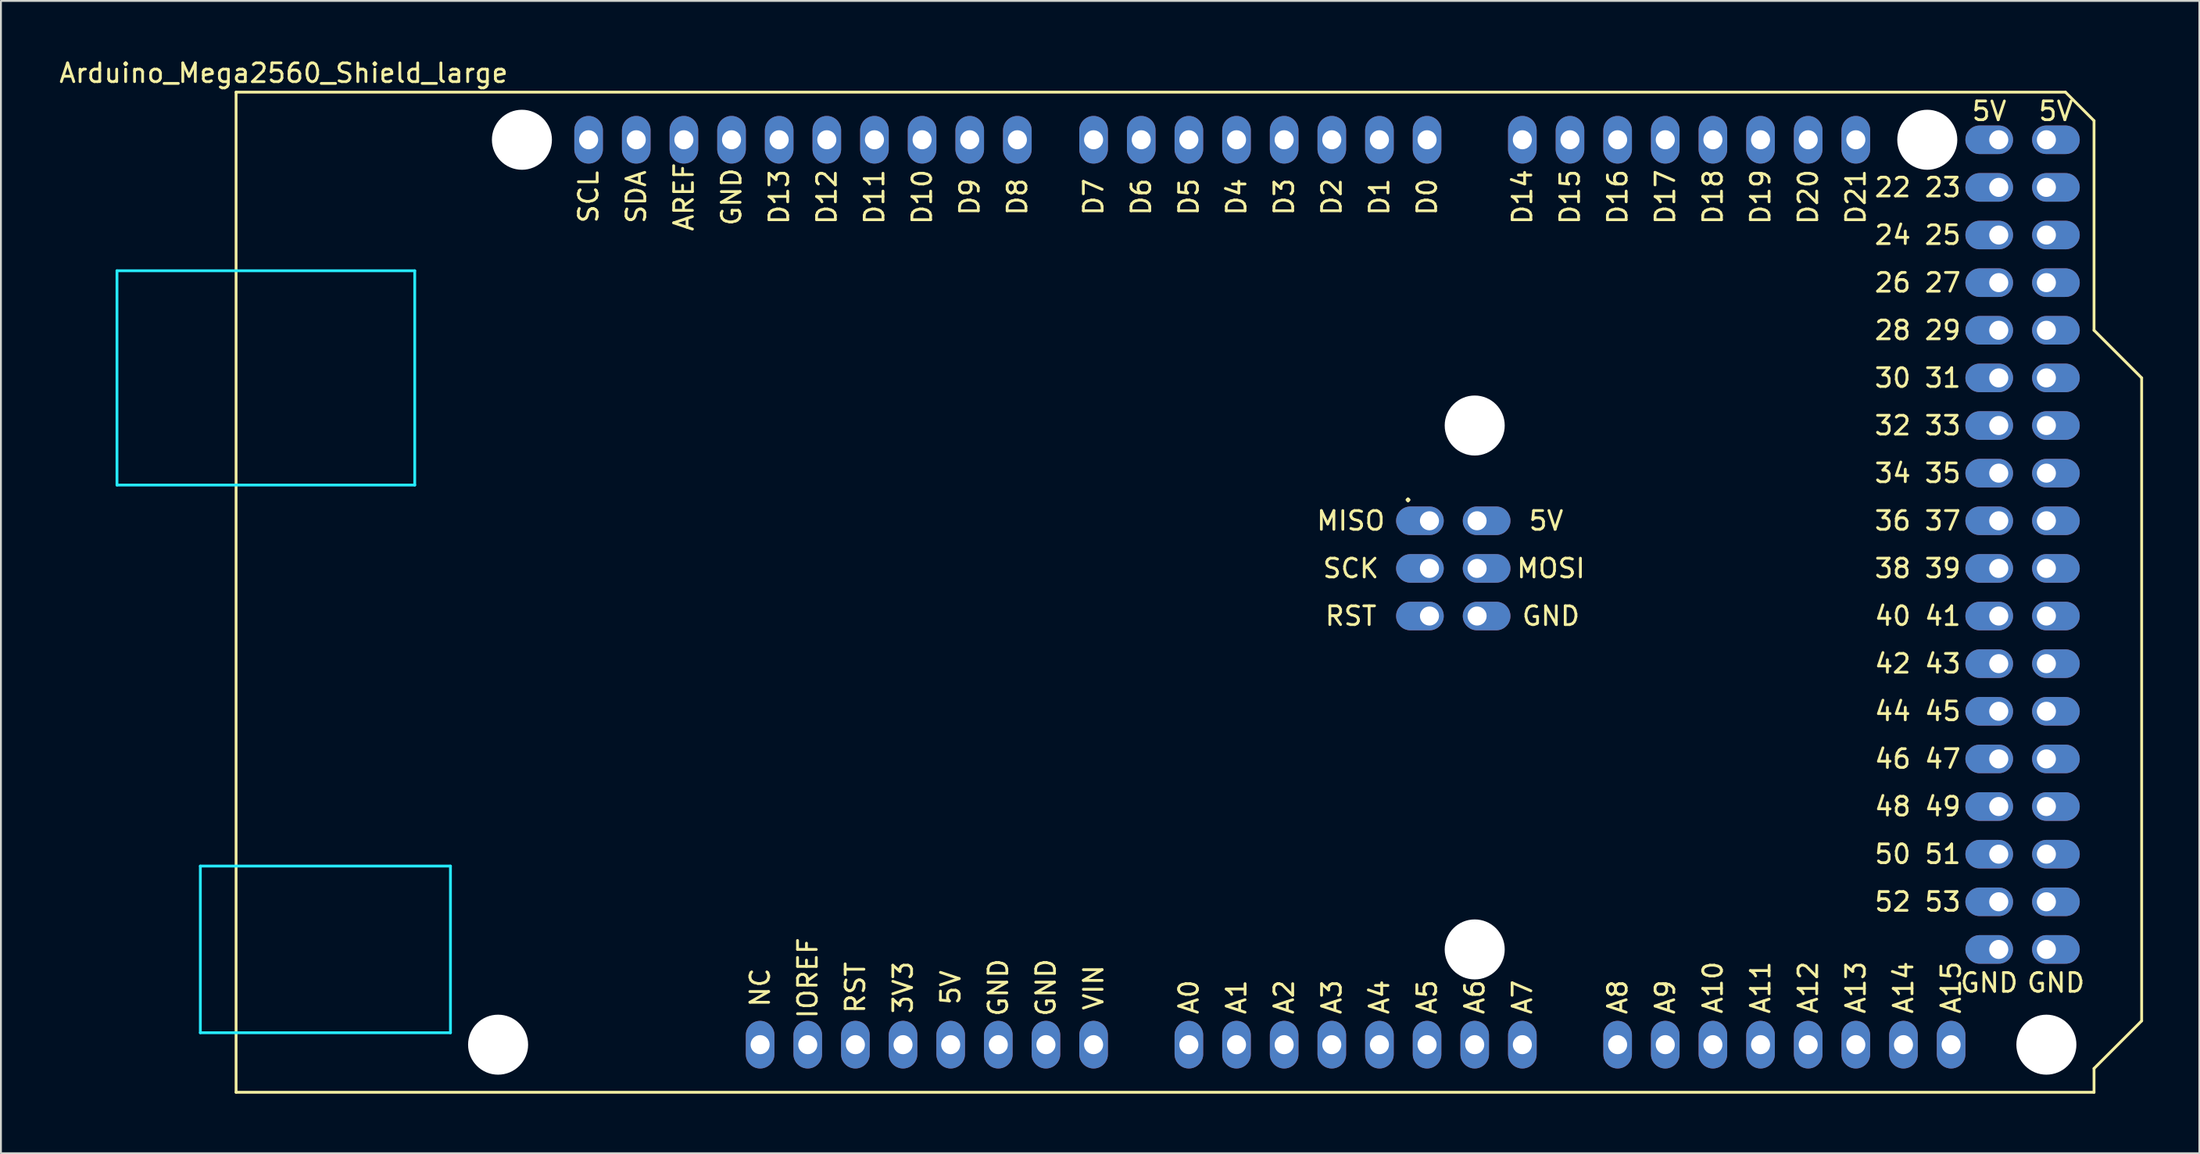
<source format=kicad_pcb>
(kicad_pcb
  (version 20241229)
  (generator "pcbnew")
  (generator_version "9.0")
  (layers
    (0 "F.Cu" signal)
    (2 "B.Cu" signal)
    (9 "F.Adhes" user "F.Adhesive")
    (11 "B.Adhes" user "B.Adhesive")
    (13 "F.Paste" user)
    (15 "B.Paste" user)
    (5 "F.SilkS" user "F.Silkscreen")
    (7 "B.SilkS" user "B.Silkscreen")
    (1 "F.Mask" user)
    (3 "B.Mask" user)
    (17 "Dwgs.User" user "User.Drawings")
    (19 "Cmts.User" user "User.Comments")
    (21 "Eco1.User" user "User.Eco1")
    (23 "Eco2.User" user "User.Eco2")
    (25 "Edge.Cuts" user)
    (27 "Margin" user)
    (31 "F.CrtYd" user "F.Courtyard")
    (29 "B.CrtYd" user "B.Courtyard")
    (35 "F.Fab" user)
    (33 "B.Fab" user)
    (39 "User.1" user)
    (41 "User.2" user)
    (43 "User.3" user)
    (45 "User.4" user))
  (footprint "Arduino_Mega2560_Shield_large"
    (layer "F.Cu")
    (at 9.537 55.204)
    (property "Reference" "Arduino_Mega2560_Shield_large" (at 2.54 -54.356 0) (layer "F.SilkS") (effects (font (size 1 1) (thickness 0.15))))
    (attr through_hole)
    (fp_line (start 0 -53.34) (end 0 0) (stroke (width 0.15) (type solid)) (layer "F.SilkS"))
    (fp_line (start 0 -53.34) (end 97.536 -53.34) (stroke (width 0.15) (type solid)) (layer "F.SilkS"))
    (fp_line (start 0 0) (end 99.06 0) (stroke (width 0.15) (type solid)) (layer "F.SilkS"))
    (fp_line (start 97.536 -53.34) (end 99.06 -51.816) (stroke (width 0.15) (type solid)) (layer "F.SilkS"))
    (fp_line (start 99.06 -40.64) (end 99.06 -51.816) (stroke (width 0.15) (type solid)) (layer "F.SilkS"))
    (fp_line (start 99.06 -1.27) (end 101.6 -3.81) (stroke (width 0.15) (type solid)) (layer "F.SilkS"))
    (fp_line (start 99.06 0) (end 99.06 -1.27) (stroke (width 0.15) (type solid)) (layer "F.SilkS"))
    (fp_line (start 101.6 -38.1) (end 99.06 -40.64) (stroke (width 0.15) (type solid)) (layer "F.SilkS"))
    (fp_line (start 101.6 -3.81) (end 101.6 -38.1) (stroke (width 0.15) (type solid)) (layer "F.SilkS"))
    (fp_line (start -6.35 -43.815) (end -6.35 -32.385) (stroke (width 0.15) (type solid)) (layer "B.CrtYd"))
    (fp_line (start -1.905 -12.065) (end -1.905 -3.175) (stroke (width 0.15) (type solid)) (layer "B.CrtYd"))
    (fp_line (start -1.905 -12.065) (end 11.43 -12.065) (stroke (width 0.15) (type solid)) (layer "B.CrtYd"))
    (fp_line (start -1.905 -3.175) (end 11.43 -3.175) (stroke (width 0.15) (type solid)) (layer "B.CrtYd"))
    (fp_line (start 9.525 -43.815) (end -6.35 -43.815) (stroke (width 0.15) (type solid)) (layer "B.CrtYd"))
    (fp_line (start 9.525 -43.815) (end 9.525 -32.385) (stroke (width 0.15) (type solid)) (layer "B.CrtYd"))
    (fp_line (start 9.525 -32.385) (end -6.35 -32.385) (stroke (width 0.15) (type solid)) (layer "B.CrtYd"))
    (fp_line (start 11.43 -12.065) (end 11.43 -3.175) (stroke (width 0.15) (type solid)) (layer "B.CrtYd"))
    (fp_text user "D6" (at 48.26 -47.752 90) (layer "F.SilkS") (effects (font (size 1 1) (thickness 0.15))))
    (fp_text user "A14" (at 88.9 -5.588 90) (layer "F.SilkS") (effects (font (size 1 1) (thickness 0.15))))
    (fp_text user "D8" (at 41.656 -47.752 90) (layer "F.SilkS") (effects (font (size 1 1) (thickness 0.15))))
    (fp_text user "D12" (at 31.496 -47.752 90) (layer "F.SilkS") (effects (font (size 1 1) (thickness 0.15))))
    (fp_text user "D16" (at 73.66 -47.752 90) (layer "F.SilkS") (effects (font (size 1 1) (thickness 0.15))))
    (fp_text user "SDA" (at 21.336 -47.752 90) (layer "F.SilkS") (effects (font (size 1 1) (thickness 0.15))))
    (fp_text user "A8" (at 73.66 -5.08 90) (layer "F.SilkS") (effects (font (size 1 1) (thickness 0.15))))
    (fp_text user "SCL" (at 18.796 -47.752 90) (layer "F.SilkS") (effects (font (size 1 1) (thickness 0.15))))
    (fp_text user "D0" (at 63.5 -47.752 90) (layer "F.SilkS") (effects (font (size 1 1) (thickness 0.15))))
    (fp_text user "GND" (at 93.472 -5.842 0) (layer "F.SilkS") (effects (font (size 1 1) (thickness 0.15))))
    (fp_text user "46 47" (at 89.662 -17.78 0) (layer "F.SilkS") (effects (font (size 1 1) (thickness 0.15))))
    (fp_text user "D7" (at 45.72 -47.752 90) (layer "F.SilkS") (effects (font (size 1 1) (thickness 0.15))))
    (fp_text user "32 33" (at 89.662 -35.56 0) (layer "F.SilkS") (effects (font (size 1 1) (thickness 0.15))))
    (fp_text user "D3" (at 55.88 -47.752 90) (layer "F.SilkS") (effects (font (size 1 1) (thickness 0.15))))
    (fp_text user "52 53" (at 89.662 -10.16 0) (layer "F.SilkS") (effects (font (size 1 1) (thickness 0.15))))
    (fp_text user "D1" (at 60.96 -47.752 90) (layer "F.SilkS") (effects (font (size 1 1) (thickness 0.15))))
    (fp_text user "SCK" (at 59.436 -27.94 0) (layer "F.SilkS") (effects (font (size 1 1) (thickness 0.15))))
    (fp_text user "3V3" (at 35.56 -5.588 90) (layer "F.SilkS") (effects (font (size 1 1) (thickness 0.15))))
    (fp_text user "RST" (at 59.436 -25.4 0) (layer "F.SilkS") (effects (font (size 1 1) (thickness 0.15))))
    (fp_text user "5V" (at 69.85 -30.48 0) (layer "F.SilkS") (effects (font (size 1 1) (thickness 0.15))))
    (fp_text user "A2" (at 55.88 -5.08 90) (layer "F.SilkS") (effects (font (size 1 1) (thickness 0.15))))
    (fp_text user "48 49" (at 89.662 -15.24 0) (layer "F.SilkS") (effects (font (size 1 1) (thickness 0.15))))
    (fp_text user "A12" (at 83.82 -5.588 90) (layer "F.SilkS") (effects (font (size 1 1) (thickness 0.15))))
    (fp_text user "MOSI" (at 70.104 -27.94 0) (layer "F.SilkS") (effects (font (size 1 1) (thickness 0.15))))
    (fp_text user "D11" (at 34.036 -47.752 90) (layer "F.SilkS") (effects (font (size 1 1) (thickness 0.15))))
    (fp_text user "D10" (at 36.576 -47.752 90) (layer "F.SilkS") (effects (font (size 1 1) (thickness 0.15))))
    (fp_text user "5V" (at 93.472 -52.324 0) (layer "F.SilkS") (effects (font (size 1 1) (thickness 0.15))))
    (fp_text user "A0" (at 50.8 -5.08 90) (layer "F.SilkS") (effects (font (size 1 1) (thickness 0.15))))
    (fp_text user "A10" (at 78.74 -5.588 90) (layer "F.SilkS") (effects (font (size 1 1) (thickness 0.15))))
    (fp_text user "NC" (at 27.94 -5.588 90) (layer "F.SilkS") (effects (font (size 1 1) (thickness 0.15))))
    (fp_text user "40 41" (at 89.662 -25.4 0) (layer "F.SilkS") (effects (font (size 1 1) (thickness 0.15))))
    (fp_text user "D19" (at 81.28 -47.752 90) (layer "F.SilkS") (effects (font (size 1 1) (thickness 0.15))))
    (fp_text user "A1" (at 53.34 -5.08 90) (layer "F.SilkS") (effects (font (size 1 1) (thickness 0.15))))
    (fp_text user "D14" (at 68.58 -47.752 90) (layer "F.SilkS") (effects (font (size 1 1) (thickness 0.15))))
    (fp_text user "22 23" (at 89.662 -48.26 0) (layer "F.SilkS") (effects (font (size 1 1) (thickness 0.15))))
    (fp_text user "30 31" (at 89.662 -38.1 0) (layer "F.SilkS") (effects (font (size 1 1) (thickness 0.15))))
    (fp_text user "A11" (at 81.28 -5.588 90) (layer "F.SilkS") (effects (font (size 1 1) (thickness 0.15))))
    (fp_text user "A5" (at 63.5 -5.08 90) (layer "F.SilkS") (effects (font (size 1 1) (thickness 0.15))))
    (fp_text user "D5" (at 50.8 -47.752 90) (layer "F.SilkS") (effects (font (size 1 1) (thickness 0.15))))
    (fp_text user "42 43" (at 89.662 -22.86 0) (layer "F.SilkS") (effects (font (size 1 1) (thickness 0.15))))
    (fp_text user "GND" (at 43.18 -5.588 90) (layer "F.SilkS") (effects (font (size 1 1) (thickness 0.15))))
    (fp_text user "D9" (at 39.116 -47.752 90) (layer "F.SilkS") (effects (font (size 1 1) (thickness 0.15))))
    (fp_text user "34 35" (at 89.662 -33.02 0) (layer "F.SilkS") (effects (font (size 1 1) (thickness 0.15))))
    (fp_text user "D2" (at 58.42 -47.752 90) (layer "F.SilkS") (effects (font (size 1 1) (thickness 0.15))))
    (fp_text user "A4" (at 60.96 -5.08 90) (layer "F.SilkS") (effects (font (size 1 1) (thickness 0.15))))
    (fp_text user "D21" (at 86.36 -47.752 90) (layer "F.SilkS") (effects (font (size 1 1) (thickness 0.15))))
    (fp_text user "D15" (at 71.12 -47.752 90) (layer "F.SilkS") (effects (font (size 1 1) (thickness 0.15))))
    (fp_text user "26 27" (at 89.662 -43.18 0) (layer "F.SilkS") (effects (font (size 1 1) (thickness 0.15))))
    (fp_text user "A15" (at 91.44 -5.588 90) (layer "F.SilkS") (effects (font (size 1 1) (thickness 0.15))))
    (fp_text user "D13" (at 28.956 -47.752 90) (layer "F.SilkS") (effects (font (size 1 1) (thickness 0.15))))
    (fp_text user "A13" (at 86.36 -5.588 90) (layer "F.SilkS") (effects (font (size 1 1) (thickness 0.15))))
    (fp_text user "50 51" (at 89.662 -12.7 0) (layer "F.SilkS") (effects (font (size 1 1) (thickness 0.15))))
    (fp_text user "24 25" (at 89.662 -45.72 0) (layer "F.SilkS") (effects (font (size 1 1) (thickness 0.15))))
    (fp_text user "D17" (at 76.2 -47.752 90) (layer "F.SilkS") (effects (font (size 1 1) (thickness 0.15))))
    (fp_text user "GND" (at 97.028 -5.842 0) (layer "F.SilkS") (effects (font (size 1 1) (thickness 0.15))))
    (fp_text user "38 39" (at 89.662 -27.94 0) (layer "F.SilkS") (effects (font (size 1 1) (thickness 0.15))))
    (fp_text user "28 29" (at 89.662 -40.64 0) (layer "F.SilkS") (effects (font (size 1 1) (thickness 0.15))))
    (fp_text user "A7" (at 68.58 -5.08 90) (layer "F.SilkS") (effects (font (size 1 1) (thickness 0.15))))
    (fp_text user "AREF" (at 23.876 -47.752 90) (layer "F.SilkS") (effects (font (size 1 1) (thickness 0.15))))
    (fp_text user "D4" (at 53.34 -47.752 90) (layer "F.SilkS") (effects (font (size 1 1) (thickness 0.15))))
    (fp_text user "36 37" (at 89.662 -30.48 0) (layer "F.SilkS") (effects (font (size 1 1) (thickness 0.15))))
    (fp_text user "GND" (at 70.104 -25.4 0) (layer "F.SilkS") (effects (font (size 1 1) (thickness 0.15))))
    (fp_text user "D20" (at 83.82 -47.752 90) (layer "F.SilkS") (effects (font (size 1 1) (thickness 0.15))))
    (fp_text user "GND" (at 40.64 -5.588 90) (layer "F.SilkS") (effects (font (size 1 1) (thickness 0.15))))
    (fp_text user "MISO" (at 59.436 -30.48 0) (layer "F.SilkS") (effects (font (size 1 1) (thickness 0.15))))
    (fp_text user "." (at 62.484 -32.004 0) (layer "F.SilkS") (effects (font (size 1 1) (thickness 0.15))))
    (fp_text user "A9" (at 76.2 -5.08 90) (layer "F.SilkS") (effects (font (size 1 1) (thickness 0.15))))
    (fp_text user "D18" (at 78.74 -47.752 90) (layer "F.SilkS") (effects (font (size 1 1) (thickness 0.15))))
    (fp_text user "IOREF" (at 30.48 -6.096 90) (layer "F.SilkS") (effects (font (size 1 1) (thickness 0.15))))
    (fp_text user "VIN" (at 45.72 -5.588 90) (layer "F.SilkS") (effects (font (size 1 1) (thickness 0.15))))
    (fp_text user "RST" (at 33.02 -5.588 90) (layer "F.SilkS") (effects (font (size 1 1) (thickness 0.15))))
    (fp_text user "5V" (at 97.028 -52.324 0) (layer "F.SilkS") (effects (font (size 1 1) (thickness 0.15))))
    (fp_text user "GND" (at 26.416 -47.752 90) (layer "F.SilkS") (effects (font (size 1 1) (thickness 0.15))))
    (fp_text user "A3" (at 58.42 -5.08 90) (layer "F.SilkS") (effects (font (size 1 1) (thickness 0.15))))
    (fp_text user "44 45" (at 89.662 -20.32 0) (layer "F.SilkS") (effects (font (size 1 1) (thickness 0.15))))
    (fp_text user "5V" (at 38.1 -5.588 90) (layer "F.SilkS") (effects (font (size 1 1) (thickness 0.15))))
    (fp_text user "A6" (at 66.04 -5.08 90) (layer "F.SilkS") (effects (font (size 1 1) (thickness 0.15))))
    (pad "" np_thru_hole circle (at 13.97 -2.54) (size 3.2 3.2) (drill 3.2) (layers "*.Cu" "*.Mask"))
    (pad "" np_thru_hole circle (at 15.24 -50.8) (size 3.2 3.2) (drill 3.2) (layers "*.Cu" "*.Mask"))
    (pad "" np_thru_hole circle (at 66.04 -35.56) (size 3.2 3.2) (drill 3.2) (layers "*.Cu" "*.Mask"))
    (pad "" np_thru_hole circle (at 66.04 -7.62) (size 3.2 3.2) (drill 3.2) (layers "*.Cu" "*.Mask"))
    (pad "" np_thru_hole circle (at 90.17 -50.8) (size 3.2 3.2) (drill 3.2) (layers "*.Cu" "*.Mask"))
    (pad "" np_thru_hole circle (at 96.52 -2.54) (size 3.2 3.2) (drill 3.2) (layers "*.Cu" "*.Mask"))
    (pad "1" thru_hole oval (at 53.34 -50.8) (size 1.524 2.54) (drill 1.016) (layers "*.Cu" "*.Mask"))
    (pad "2" thru_hole oval (at 63.5 -50.8) (size 1.524 2.54) (drill 1.016) (layers "*.Cu" "*.Mask"))
    (pad "3" thru_hole oval (at 60.96 -50.8) (size 1.524 2.54) (drill 1.016) (layers "*.Cu" "*.Mask"))
    (pad "3V3" thru_hole oval (at 35.56 -2.54) (size 1.524 2.54) (drill 1.016) (layers "*.Cu" "*.Mask"))
    (pad "5" thru_hole oval (at 50.8 -50.8) (size 1.524 2.54) (drill 1.016) (layers "*.Cu" "*.Mask"))
    (pad "5V2" thru_hole oval (at 66.167 -30.48) (size 2.54 1.524) (drill 1.016 (offset 0.508 0)) (layers "*.Cu" "*.Mask"))
    (pad "6" thru_hole oval (at 58.42 -50.8) (size 1.524 2.54) (drill 1.016) (layers "*.Cu" "*.Mask"))
    (pad "7" thru_hole oval (at 55.88 -50.8) (size 1.524 2.54) (drill 1.016) (layers "*.Cu" "*.Mask"))
    (pad "10" thru_hole oval (at 38.1 -2.54) (size 1.524 2.54) (drill 1.016) (layers "*.Cu" "*.Mask"))
    (pad "11" thru_hole oval (at 26.416 -50.8) (size 1.524 2.54) (drill 1.016) (layers "*.Cu" "*.Mask"))
    (pad "12" thru_hole oval (at 76.2 -50.8) (size 1.524 2.54) (drill 1.016) (layers "*.Cu" "*.Mask"))
    (pad "13" thru_hole oval (at 73.66 -50.8) (size 1.524 2.54) (drill 1.016) (layers "*.Cu" "*.Mask"))
    (pad "15" thru_hole oval (at 48.26 -50.8) (size 1.524 2.54) (drill 1.016) (layers "*.Cu" "*.Mask"))
    (pad "16" thru_hole oval (at 45.72 -50.8) (size 1.524 2.54) (drill 1.016) (layers "*.Cu" "*.Mask"))
    (pad "17" thru_hole oval (at 41.656 -50.8) (size 1.524 2.54) (drill 1.016) (layers "*.Cu" "*.Mask"))
    (pad "18" thru_hole oval (at 39.116 -50.8) (size 1.524 2.54) (drill 1.016) (layers "*.Cu" "*.Mask"))
    (pad "19" thru_hole oval (at 96.52 -10.16) (size 2.54 1.524) (drill 1.016 (offset 0.508 0)) (layers "*.Cu" "*.Mask"))
    (pad "20" thru_hole oval (at 93.98 -10.16) (size 2.54 1.524) (drill 1.016 (offset -0.508 0)) (layers "*.Cu" "*.Mask"))
    (pad "21" thru_hole oval (at 96.52 -12.7) (size 2.54 1.524) (drill 1.016 (offset 0.508 0)) (layers "*.Cu" "*.Mask"))
    (pad "22" thru_hole oval (at 93.98 -12.7) (size 2.54 1.524) (drill 1.016 (offset -0.508 0)) (layers "*.Cu" "*.Mask"))
    (pad "23" thru_hole oval (at 36.576 -50.8) (size 1.524 2.54) (drill 1.016) (layers "*.Cu" "*.Mask"))
    (pad "24" thru_hole oval (at 34.036 -50.8) (size 1.524 2.54) (drill 1.016) (layers "*.Cu" "*.Mask"))
    (pad "25" thru_hole oval (at 31.496 -50.8) (size 1.524 2.54) (drill 1.016) (layers "*.Cu" "*.Mask"))
    (pad "26" thru_hole oval (at 28.956 -50.8) (size 1.524 2.54) (drill 1.016) (layers "*.Cu" "*.Mask"))
    (pad "30" thru_hole oval (at 33.02 -2.54) (size 1.524 2.54) (drill 1.016) (layers "*.Cu" "*.Mask"))
    (pad "31" thru_hole oval (at 93.98 -50.8) (size 2.54 1.524) (drill 1.016 (offset -0.508 0)) (layers "*.Cu" "*.Mask"))
    (pad "32" thru_hole oval (at 40.64 -2.54) (size 1.524 2.54) (drill 1.016) (layers "*.Cu" "*.Mask"))
    (pad "35" thru_hole oval (at 96.52 -15.24) (size 2.54 1.524) (drill 1.016 (offset 0.508 0)) (layers "*.Cu" "*.Mask"))
    (pad "36" thru_hole oval (at 93.98 -15.24) (size 2.54 1.524) (drill 1.016 (offset -0.508 0)) (layers "*.Cu" "*.Mask"))
    (pad "37" thru_hole oval (at 96.52 -17.78) (size 2.54 1.524) (drill 1.016 (offset 0.508 0)) (layers "*.Cu" "*.Mask"))
    (pad "38" thru_hole oval (at 93.98 -17.78) (size 2.54 1.524) (drill 1.016 (offset -0.508 0)) (layers "*.Cu" "*.Mask"))
    (pad "39" thru_hole oval (at 96.52 -20.32) (size 2.54 1.524) (drill 1.016 (offset 0.508 0)) (layers "*.Cu" "*.Mask"))
    (pad "40" thru_hole oval (at 93.98 -20.32) (size 2.54 1.524) (drill 1.016 (offset -0.508 0)) (layers "*.Cu" "*.Mask"))
    (pad "41" thru_hole oval (at 96.52 -22.86) (size 2.54 1.524) (drill 1.016 (offset 0.508 0)) (layers "*.Cu" "*.Mask"))
    (pad "42" thru_hole oval (at 93.98 -22.86) (size 2.54 1.524) (drill 1.016 (offset -0.508 0)) (layers "*.Cu" "*.Mask"))
    (pad "43" thru_hole oval (at 86.36 -50.8) (size 1.524 2.54) (drill 1.016) (layers "*.Cu" "*.Mask"))
    (pad "44" thru_hole oval (at 83.82 -50.8) (size 1.524 2.54) (drill 1.016) (layers "*.Cu" "*.Mask"))
    (pad "45" thru_hole oval (at 81.28 -50.8) (size 1.524 2.54) (drill 1.016) (layers "*.Cu" "*.Mask"))
    (pad "46" thru_hole oval (at 78.74 -50.8) (size 1.524 2.54) (drill 1.016) (layers "*.Cu" "*.Mask"))
    (pad "50" thru_hole oval (at 93.98 -27.94) (size 2.54 1.524) (drill 1.016 (offset -0.508 0)) (layers "*.Cu" "*.Mask"))
    (pad "51" thru_hole oval (at 96.52 -25.4) (size 2.54 1.524) (drill 1.016 (offset 0.508 0)) (layers "*.Cu" "*.Mask"))
    (pad "52" thru_hole oval (at 93.98 -25.4) (size 2.54 1.524) (drill 1.016 (offset -0.508 0)) (layers "*.Cu" "*.Mask"))
    (pad "53" thru_hole oval (at 96.52 -30.48) (size 2.54 1.524) (drill 1.016 (offset 0.508 0)) (layers "*.Cu" "*.Mask"))
    (pad "54" thru_hole oval (at 93.98 -30.48) (size 2.54 1.524) (drill 1.016 (offset -0.508 0)) (layers "*.Cu" "*.Mask"))
    (pad "55" thru_hole oval (at 96.52 -33.02) (size 2.54 1.524) (drill 1.016 (offset 0.508 0)) (layers "*.Cu" "*.Mask"))
    (pad "56" thru_hole oval (at 93.98 -33.02) (size 2.54 1.524) (drill 1.016 (offset -0.508 0)) (layers "*.Cu" "*.Mask"))
    (pad "57" thru_hole oval (at 96.52 -35.56) (size 2.54 1.524) (drill 1.016 (offset 0.508 0)) (layers "*.Cu" "*.Mask"))
    (pad "58" thru_hole oval (at 93.98 -35.56) (size 2.54 1.524) (drill 1.016 (offset -0.508 0)) (layers "*.Cu" "*.Mask"))
    (pad "59" thru_hole oval (at 96.52 -38.1) (size 2.54 1.524) (drill 1.016 (offset 0.508 0)) (layers "*.Cu" "*.Mask"))
    (pad "60" thru_hole oval (at 93.98 -38.1) (size 2.54 1.524) (drill 1.016 (offset -0.508 0)) (layers "*.Cu" "*.Mask"))
    (pad "61" thru_hole oval (at 96.52 -50.8) (size 2.54 1.524) (drill 1.016 (offset 0.508 0)) (layers "*.Cu" "*.Mask"))
    (pad "62" thru_hole oval (at 43.18 -2.54) (size 1.524 2.54) (drill 1.016) (layers "*.Cu" "*.Mask"))
    (pad "63" thru_hole oval (at 71.12 -50.8) (size 1.524 2.54) (drill 1.016) (layers "*.Cu" "*.Mask"))
    (pad "64" thru_hole oval (at 68.58 -50.8) (size 1.524 2.54) (drill 1.016) (layers "*.Cu" "*.Mask"))
    (pad "70" thru_hole oval (at 96.52 -27.94) (size 2.54 1.524) (drill 1.016 (offset 0.508 0)) (layers "*.Cu" "*.Mask"))
    (pad "71" thru_hole oval (at 96.52 -40.64) (size 2.54 1.524) (drill 1.016 (offset 0.508 0)) (layers "*.Cu" "*.Mask"))
    (pad "72" thru_hole oval (at 93.98 -40.64) (size 2.54 1.524) (drill 1.016 (offset -0.508 0)) (layers "*.Cu" "*.Mask"))
    (pad "73" thru_hole oval (at 96.52 -43.18) (size 2.54 1.524) (drill 1.016 (offset 0.508 0)) (layers "*.Cu" "*.Mask"))
    (pad "74" thru_hole oval (at 93.98 -43.18) (size 2.54 1.524) (drill 1.016 (offset -0.508 0)) (layers "*.Cu" "*.Mask"))
    (pad "75" thru_hole oval (at 96.52 -45.72) (size 2.54 1.524) (drill 1.016 (offset 0.508 0)) (layers "*.Cu" "*.Mask"))
    (pad "76" thru_hole oval (at 93.98 -45.72) (size 2.54 1.524) (drill 1.016 (offset -0.508 0)) (layers "*.Cu" "*.Mask"))
    (pad "77" thru_hole oval (at 96.52 -48.26) (size 2.54 1.524) (drill 1.016 (offset 0.508 0)) (layers "*.Cu" "*.Mask"))
    (pad "78" thru_hole oval (at 93.98 -48.26) (size 2.54 1.524) (drill 1.016 (offset -0.508 0)) (layers "*.Cu" "*.Mask"))
    (pad "81" thru_hole oval (at 93.98 -7.62) (size 2.54 1.524) (drill 1.016 (offset -0.508 0)) (layers "*.Cu" "*.Mask"))
    (pad "82" thru_hole oval (at 91.44 -2.54) (size 1.524 2.54) (drill 1.016) (layers "*.Cu" "*.Mask"))
    (pad "83" thru_hole oval (at 88.9 -2.54) (size 1.524 2.54) (drill 1.016) (layers "*.Cu" "*.Mask"))
    (pad "84" thru_hole oval (at 86.36 -2.54) (size 1.524 2.54) (drill 1.016) (layers "*.Cu" "*.Mask"))
    (pad "85" thru_hole oval (at 83.82 -2.54) (size 1.524 2.54) (drill 1.016) (layers "*.Cu" "*.Mask"))
    (pad "86" thru_hole oval (at 81.28 -2.54) (size 1.524 2.54) (drill 1.016) (layers "*.Cu" "*.Mask"))
    (pad "87" thru_hole oval (at 78.74 -2.54) (size 1.524 2.54) (drill 1.016) (layers "*.Cu" "*.Mask"))
    (pad "88" thru_hole oval (at 76.2 -2.54) (size 1.524 2.54) (drill 1.016) (layers "*.Cu" "*.Mask"))
    (pad "89" thru_hole oval (at 73.66 -2.54) (size 1.524 2.54) (drill 1.016) (layers "*.Cu" "*.Mask"))
    (pad "90" thru_hole oval (at 68.58 -2.54) (size 1.524 2.54) (drill 1.016) (layers "*.Cu" "*.Mask"))
    (pad "91" thru_hole oval (at 66.04 -2.54) (size 1.524 2.54) (drill 1.016) (layers "*.Cu" "*.Mask"))
    (pad "92" thru_hole oval (at 63.5 -2.54) (size 1.524 2.54) (drill 1.016) (layers "*.Cu" "*.Mask"))
    (pad "93" thru_hole oval (at 60.96 -2.54) (size 1.524 2.54) (drill 1.016) (layers "*.Cu" "*.Mask"))
    (pad "94" thru_hole oval (at 58.42 -2.54) (size 1.524 2.54) (drill 1.016) (layers "*.Cu" "*.Mask"))
    (pad "95" thru_hole oval (at 55.88 -2.54) (size 1.524 2.54) (drill 1.016) (layers "*.Cu" "*.Mask"))
    (pad "96" thru_hole oval (at 53.34 -2.54) (size 1.524 2.54) (drill 1.016) (layers "*.Cu" "*.Mask"))
    (pad "97" thru_hole oval (at 50.8 -2.54) (size 1.524 2.54) (drill 1.016) (layers "*.Cu" "*.Mask"))
    (pad "98" thru_hole oval (at 23.876 -50.8) (size 1.524 2.54) (drill 1.016) (layers "*.Cu" "*.Mask"))
    (pad "99" thru_hole oval (at 96.52 -7.62) (size 2.54 1.524) (drill 1.016 (offset 0.508 0)) (layers "*.Cu" "*.Mask"))
    (pad "100" thru_hole oval (at 45.72 -2.54) (size 1.524 2.54) (drill 1.016) (layers "*.Cu" "*.Mask"))
    (pad "GND4" thru_hole oval (at 66.167 -25.4) (size 2.54 1.524) (drill 1.016 (offset 0.508 0)) (layers "*.Cu" "*.Mask"))
    (pad "IORF" thru_hole oval (at 30.48 -2.54) (size 1.524 2.54) (drill 1.016) (layers "*.Cu" "*.Mask"))
    (pad "MISO" thru_hole oval (at 63.627 -30.48) (size 2.54 1.524) (drill 1.016 (offset -0.508 0)) (layers "*.Cu" "*.Mask"))
    (pad "MOSI" thru_hole oval (at 66.167 -27.94) (size 2.54 1.524) (drill 1.016 (offset 0.508 0)) (layers "*.Cu" "*.Mask"))
    (pad "NC" thru_hole oval (at 27.94 -2.54) (size 1.524 2.54) (drill 1.016) (layers "*.Cu" "*.Mask"))
    (pad "RST2" thru_hole oval (at 63.627 -25.4) (size 2.54 1.524) (drill 1.016 (offset -0.508 0)) (layers "*.Cu" "*.Mask"))
    (pad "SCK" thru_hole oval (at 63.627 -27.94) (size 2.54 1.524) (drill 1.016 (offset -0.508 0)) (layers "*.Cu" "*.Mask"))
    (pad "SCL" thru_hole oval (at 18.796 -50.8) (size 1.524 2.54) (drill 1.016) (layers "*.Cu" "*.Mask"))
    (pad "SDA" thru_hole oval (at 21.336 -50.8) (size 1.524 2.54) (drill 1.016) (layers "*.Cu" "*.Mask")))
  (gr_rect
    (start -3 -3)
    (end 114.212 58.454)
    (stroke (width 0.1) (type default))
    (fill no)
    (layer "Edge.Cuts")))
</source>
